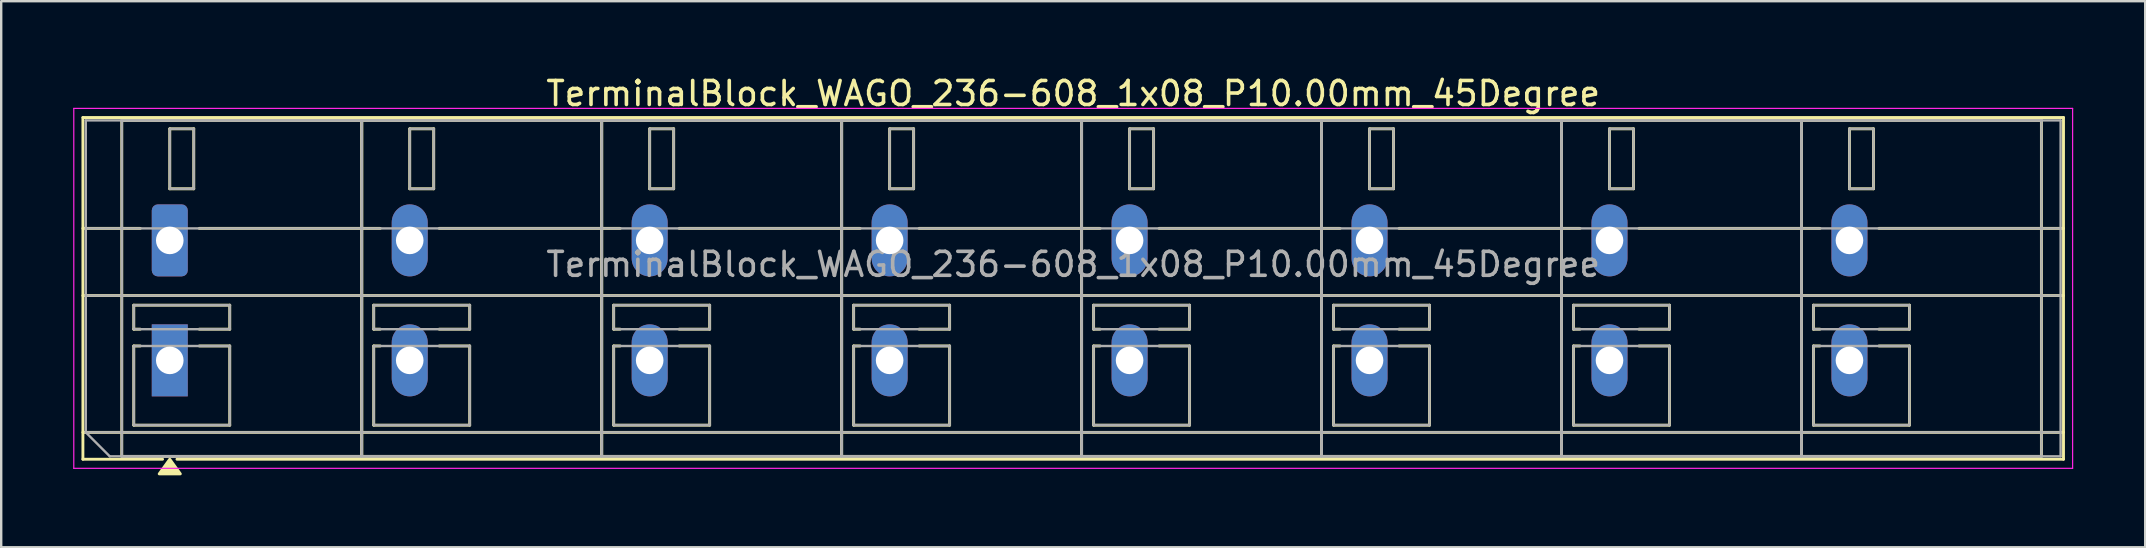
<source format=kicad_pcb>
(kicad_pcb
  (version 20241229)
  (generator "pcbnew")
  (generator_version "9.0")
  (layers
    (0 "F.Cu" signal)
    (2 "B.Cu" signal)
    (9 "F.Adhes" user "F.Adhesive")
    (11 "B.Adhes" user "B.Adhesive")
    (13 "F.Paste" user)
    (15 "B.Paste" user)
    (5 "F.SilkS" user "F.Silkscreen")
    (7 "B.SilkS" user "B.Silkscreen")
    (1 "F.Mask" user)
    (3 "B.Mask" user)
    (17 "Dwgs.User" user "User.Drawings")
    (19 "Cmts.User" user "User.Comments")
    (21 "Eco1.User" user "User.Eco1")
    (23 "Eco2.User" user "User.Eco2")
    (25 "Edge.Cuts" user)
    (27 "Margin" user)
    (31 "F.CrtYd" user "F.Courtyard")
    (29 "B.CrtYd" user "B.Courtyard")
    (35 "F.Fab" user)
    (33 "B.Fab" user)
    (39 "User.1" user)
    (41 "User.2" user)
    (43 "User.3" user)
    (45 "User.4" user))
  (footprint "TerminalBlock_WAGO_236-608_1x08_P10.00mm_45Degree"
    (layer "F.Cu")
    (at 4.025 6.968)
    (property "Reference" "TerminalBlock_WAGO_236-608_1x08_P10.00mm_45Degree" (at 37.65 -6.12 0) (layer "F.SilkS") (effects (font (size 1 1) (thickness 0.15))))
    (attr through_hole)
    (fp_line (start -3.62 -5.12) (end -3.62 9.12) (stroke (width 0.12) (type solid)) (layer "F.SilkS"))
    (fp_line (start -3.62 -5.12) (end 78.92 -5.12) (stroke (width 0.12) (type solid)) (layer "F.SilkS"))
    (fp_line (start -3.62 -0.5) (end -1.23 -0.5) (stroke (width 0.12) (type solid)) (layer "F.SilkS"))
    (fp_line (start -3.62 2.3) (end 78.92 2.3) (stroke (width 0.12) (type solid)) (layer "F.SilkS"))
    (fp_line (start -3.62 8) (end 78.92 8) (stroke (width 0.12) (type solid)) (layer "F.SilkS"))
    (fp_line (start -3.62 9.12) (end -0.3 9.12) (stroke (width 0.12) (type solid)) (layer "F.SilkS"))
    (fp_line (start -2 -5) (end -2 9) (stroke (width 0.12) (type solid)) (layer "F.SilkS"))
    (fp_line (start -2 -5) (end 8 -5) (stroke (width 0.12) (type solid)) (layer "F.SilkS"))
    (fp_line (start -2 9) (end 8 9) (stroke (width 0.12) (type solid)) (layer "F.SilkS"))
    (fp_line (start -1.5 2.7) (end -1.5 3.7) (stroke (width 0.12) (type solid)) (layer "F.SilkS"))
    (fp_line (start -1.5 2.7) (end 2.5 2.7) (stroke (width 0.12) (type solid)) (layer "F.SilkS"))
    (fp_line (start -1.5 3.7) (end -1.23 3.7) (stroke (width 0.12) (type solid)) (layer "F.SilkS"))
    (fp_line (start -1.5 4.4) (end -1.5 7.7) (stroke (width 0.12) (type solid)) (layer "F.SilkS"))
    (fp_line (start -1.5 4.4) (end -1.23 4.4) (stroke (width 0.12) (type solid)) (layer "F.SilkS"))
    (fp_line (start -1.5 7.7) (end 2.5 7.7) (stroke (width 0.12) (type solid)) (layer "F.SilkS"))
    (fp_line (start 0 -4.65) (end 0 -2.15) (stroke (width 0.12) (type solid)) (layer "F.SilkS"))
    (fp_line (start 0 -4.65) (end 1 -4.65) (stroke (width 0.12) (type solid)) (layer "F.SilkS"))
    (fp_line (start 0 -2.15) (end 1 -2.15) (stroke (width 0.12) (type solid)) (layer "F.SilkS"))
    (fp_line (start 0.3 9.12) (end 78.92 9.12) (stroke (width 0.12) (type solid)) (layer "F.SilkS"))
    (fp_line (start 1 -4.65) (end 1 -2.15) (stroke (width 0.12) (type solid)) (layer "F.SilkS"))
    (fp_line (start 1.23 -0.5) (end 8.77 -0.5) (stroke (width 0.12) (type solid)) (layer "F.SilkS"))
    (fp_line (start 1.23 3.7) (end 2.5 3.7) (stroke (width 0.12) (type solid)) (layer "F.SilkS"))
    (fp_line (start 1.23 4.4) (end 2.5 4.4) (stroke (width 0.12) (type solid)) (layer "F.SilkS"))
    (fp_line (start 2.5 2.7) (end 2.5 3.7) (stroke (width 0.12) (type solid)) (layer "F.SilkS"))
    (fp_line (start 2.5 4.4) (end 2.5 7.7) (stroke (width 0.12) (type solid)) (layer "F.SilkS"))
    (fp_line (start 8 -5) (end 8 9) (stroke (width 0.12) (type solid)) (layer "F.SilkS"))
    (fp_line (start 8 -5) (end 8 9) (stroke (width 0.12) (type solid)) (layer "F.SilkS"))
    (fp_line (start 8 -5) (end 18 -5) (stroke (width 0.12) (type solid)) (layer "F.SilkS"))
    (fp_line (start 8 9) (end 18 9) (stroke (width 0.12) (type solid)) (layer "F.SilkS"))
    (fp_line (start 8.5 2.7) (end 8.5 3.7) (stroke (width 0.12) (type solid)) (layer "F.SilkS"))
    (fp_line (start 8.5 2.7) (end 12.5 2.7) (stroke (width 0.12) (type solid)) (layer "F.SilkS"))
    (fp_line (start 8.5 3.7) (end 8.77 3.7) (stroke (width 0.12) (type solid)) (layer "F.SilkS"))
    (fp_line (start 8.5 4.4) (end 8.5 7.7) (stroke (width 0.12) (type solid)) (layer "F.SilkS"))
    (fp_line (start 8.5 4.4) (end 8.77 4.4) (stroke (width 0.12) (type solid)) (layer "F.SilkS"))
    (fp_line (start 8.5 7.7) (end 12.5 7.7) (stroke (width 0.12) (type solid)) (layer "F.SilkS"))
    (fp_line (start 10 -4.65) (end 10 -2.15) (stroke (width 0.12) (type solid)) (layer "F.SilkS"))
    (fp_line (start 10 -4.65) (end 11 -4.65) (stroke (width 0.12) (type solid)) (layer "F.SilkS"))
    (fp_line (start 10 -2.15) (end 11 -2.15) (stroke (width 0.12) (type solid)) (layer "F.SilkS"))
    (fp_line (start 11 -4.65) (end 11 -2.15) (stroke (width 0.12) (type solid)) (layer "F.SilkS"))
    (fp_line (start 11.23 -0.5) (end 18.77 -0.5) (stroke (width 0.12) (type solid)) (layer "F.SilkS"))
    (fp_line (start 11.23 3.7) (end 12.5 3.7) (stroke (width 0.12) (type solid)) (layer "F.SilkS"))
    (fp_line (start 11.23 4.4) (end 12.5 4.4) (stroke (width 0.12) (type solid)) (layer "F.SilkS"))
    (fp_line (start 12.5 2.7) (end 12.5 3.7) (stroke (width 0.12) (type solid)) (layer "F.SilkS"))
    (fp_line (start 12.5 4.4) (end 12.5 7.7) (stroke (width 0.12) (type solid)) (layer "F.SilkS"))
    (fp_line (start 18 -5) (end 18 9) (stroke (width 0.12) (type solid)) (layer "F.SilkS"))
    (fp_line (start 18 -5) (end 18 9) (stroke (width 0.12) (type solid)) (layer "F.SilkS"))
    (fp_line (start 18 -5) (end 28 -5) (stroke (width 0.12) (type solid)) (layer "F.SilkS"))
    (fp_line (start 18 9) (end 28 9) (stroke (width 0.12) (type solid)) (layer "F.SilkS"))
    (fp_line (start 18.5 2.7) (end 18.5 3.7) (stroke (width 0.12) (type solid)) (layer "F.SilkS"))
    (fp_line (start 18.5 2.7) (end 22.5 2.7) (stroke (width 0.12) (type solid)) (layer "F.SilkS"))
    (fp_line (start 18.5 3.7) (end 18.77 3.7) (stroke (width 0.12) (type solid)) (layer "F.SilkS"))
    (fp_line (start 18.5 4.4) (end 18.5 7.7) (stroke (width 0.12) (type solid)) (layer "F.SilkS"))
    (fp_line (start 18.5 4.4) (end 18.77 4.4) (stroke (width 0.12) (type solid)) (layer "F.SilkS"))
    (fp_line (start 18.5 7.7) (end 22.5 7.7) (stroke (width 0.12) (type solid)) (layer "F.SilkS"))
    (fp_line (start 20 -4.65) (end 20 -2.15) (stroke (width 0.12) (type solid)) (layer "F.SilkS"))
    (fp_line (start 20 -4.65) (end 21 -4.65) (stroke (width 0.12) (type solid)) (layer "F.SilkS"))
    (fp_line (start 20 -2.15) (end 21 -2.15) (stroke (width 0.12) (type solid)) (layer "F.SilkS"))
    (fp_line (start 21 -4.65) (end 21 -2.15) (stroke (width 0.12) (type solid)) (layer "F.SilkS"))
    (fp_line (start 21.23 -0.5) (end 28.77 -0.5) (stroke (width 0.12) (type solid)) (layer "F.SilkS"))
    (fp_line (start 21.23 3.7) (end 22.5 3.7) (stroke (width 0.12) (type solid)) (layer "F.SilkS"))
    (fp_line (start 21.23 4.4) (end 22.5 4.4) (stroke (width 0.12) (type solid)) (layer "F.SilkS"))
    (fp_line (start 22.5 2.7) (end 22.5 3.7) (stroke (width 0.12) (type solid)) (layer "F.SilkS"))
    (fp_line (start 22.5 4.4) (end 22.5 7.7) (stroke (width 0.12) (type solid)) (layer "F.SilkS"))
    (fp_line (start 28 -5) (end 28 9) (stroke (width 0.12) (type solid)) (layer "F.SilkS"))
    (fp_line (start 28 -5) (end 28 9) (stroke (width 0.12) (type solid)) (layer "F.SilkS"))
    (fp_line (start 28 -5) (end 38 -5) (stroke (width 0.12) (type solid)) (layer "F.SilkS"))
    (fp_line (start 28 9) (end 38 9) (stroke (width 0.12) (type solid)) (layer "F.SilkS"))
    (fp_line (start 28.5 2.7) (end 28.5 3.7) (stroke (width 0.12) (type solid)) (layer "F.SilkS"))
    (fp_line (start 28.5 2.7) (end 32.5 2.7) (stroke (width 0.12) (type solid)) (layer "F.SilkS"))
    (fp_line (start 28.5 3.7) (end 28.77 3.7) (stroke (width 0.12) (type solid)) (layer "F.SilkS"))
    (fp_line (start 28.5 4.4) (end 28.5 7.7) (stroke (width 0.12) (type solid)) (layer "F.SilkS"))
    (fp_line (start 28.5 4.4) (end 28.77 4.4) (stroke (width 0.12) (type solid)) (layer "F.SilkS"))
    (fp_line (start 28.5 7.7) (end 32.5 7.7) (stroke (width 0.12) (type solid)) (layer "F.SilkS"))
    (fp_line (start 30 -4.65) (end 30 -2.15) (stroke (width 0.12) (type solid)) (layer "F.SilkS"))
    (fp_line (start 30 -4.65) (end 31 -4.65) (stroke (width 0.12) (type solid)) (layer "F.SilkS"))
    (fp_line (start 30 -2.15) (end 31 -2.15) (stroke (width 0.12) (type solid)) (layer "F.SilkS"))
    (fp_line (start 31 -4.65) (end 31 -2.15) (stroke (width 0.12) (type solid)) (layer "F.SilkS"))
    (fp_line (start 31.23 -0.5) (end 38.77 -0.5) (stroke (width 0.12) (type solid)) (layer "F.SilkS"))
    (fp_line (start 31.23 3.7) (end 32.5 3.7) (stroke (width 0.12) (type solid)) (layer "F.SilkS"))
    (fp_line (start 31.23 4.4) (end 32.5 4.4) (stroke (width 0.12) (type solid)) (layer "F.SilkS"))
    (fp_line (start 32.5 2.7) (end 32.5 3.7) (stroke (width 0.12) (type solid)) (layer "F.SilkS"))
    (fp_line (start 32.5 4.4) (end 32.5 7.7) (stroke (width 0.12) (type solid)) (layer "F.SilkS"))
    (fp_line (start 38 -5) (end 38 9) (stroke (width 0.12) (type solid)) (layer "F.SilkS"))
    (fp_line (start 38 -5) (end 38 9) (stroke (width 0.12) (type solid)) (layer "F.SilkS"))
    (fp_line (start 38 -5) (end 48 -5) (stroke (width 0.12) (type solid)) (layer "F.SilkS"))
    (fp_line (start 38 9) (end 48 9) (stroke (width 0.12) (type solid)) (layer "F.SilkS"))
    (fp_line (start 38.5 2.7) (end 38.5 3.7) (stroke (width 0.12) (type solid)) (layer "F.SilkS"))
    (fp_line (start 38.5 2.7) (end 42.5 2.7) (stroke (width 0.12) (type solid)) (layer "F.SilkS"))
    (fp_line (start 38.5 3.7) (end 38.77 3.7) (stroke (width 0.12) (type solid)) (layer "F.SilkS"))
    (fp_line (start 38.5 4.4) (end 38.5 7.7) (stroke (width 0.12) (type solid)) (layer "F.SilkS"))
    (fp_line (start 38.5 4.4) (end 38.77 4.4) (stroke (width 0.12) (type solid)) (layer "F.SilkS"))
    (fp_line (start 38.5 7.7) (end 42.5 7.7) (stroke (width 0.12) (type solid)) (layer "F.SilkS"))
    (fp_line (start 40 -4.65) (end 40 -2.15) (stroke (width 0.12) (type solid)) (layer "F.SilkS"))
    (fp_line (start 40 -4.65) (end 41 -4.65) (stroke (width 0.12) (type solid)) (layer "F.SilkS"))
    (fp_line (start 40 -2.15) (end 41 -2.15) (stroke (width 0.12) (type solid)) (layer "F.SilkS"))
    (fp_line (start 41 -4.65) (end 41 -2.15) (stroke (width 0.12) (type solid)) (layer "F.SilkS"))
    (fp_line (start 41.23 -0.5) (end 48.77 -0.5) (stroke (width 0.12) (type solid)) (layer "F.SilkS"))
    (fp_line (start 41.23 3.7) (end 42.5 3.7) (stroke (width 0.12) (type solid)) (layer "F.SilkS"))
    (fp_line (start 41.23 4.4) (end 42.5 4.4) (stroke (width 0.12) (type solid)) (layer "F.SilkS"))
    (fp_line (start 42.5 2.7) (end 42.5 3.7) (stroke (width 0.12) (type solid)) (layer "F.SilkS"))
    (fp_line (start 42.5 4.4) (end 42.5 7.7) (stroke (width 0.12) (type solid)) (layer "F.SilkS"))
    (fp_line (start 48 -5) (end 48 9) (stroke (width 0.12) (type solid)) (layer "F.SilkS"))
    (fp_line (start 48 -5) (end 48 9) (stroke (width 0.12) (type solid)) (layer "F.SilkS"))
    (fp_line (start 48 -5) (end 58 -5) (stroke (width 0.12) (type solid)) (layer "F.SilkS"))
    (fp_line (start 48 9) (end 58 9) (stroke (width 0.12) (type solid)) (layer "F.SilkS"))
    (fp_line (start 48.5 2.7) (end 48.5 3.7) (stroke (width 0.12) (type solid)) (layer "F.SilkS"))
    (fp_line (start 48.5 2.7) (end 52.5 2.7) (stroke (width 0.12) (type solid)) (layer "F.SilkS"))
    (fp_line (start 48.5 3.7) (end 48.77 3.7) (stroke (width 0.12) (type solid)) (layer "F.SilkS"))
    (fp_line (start 48.5 4.4) (end 48.5 7.7) (stroke (width 0.12) (type solid)) (layer "F.SilkS"))
    (fp_line (start 48.5 4.4) (end 48.77 4.4) (stroke (width 0.12) (type solid)) (layer "F.SilkS"))
    (fp_line (start 48.5 7.7) (end 52.5 7.7) (stroke (width 0.12) (type solid)) (layer "F.SilkS"))
    (fp_line (start 50 -4.65) (end 50 -2.15) (stroke (width 0.12) (type solid)) (layer "F.SilkS"))
    (fp_line (start 50 -4.65) (end 51 -4.65) (stroke (width 0.12) (type solid)) (layer "F.SilkS"))
    (fp_line (start 50 -2.15) (end 51 -2.15) (stroke (width 0.12) (type solid)) (layer "F.SilkS"))
    (fp_line (start 51 -4.65) (end 51 -2.15) (stroke (width 0.12) (type solid)) (layer "F.SilkS"))
    (fp_line (start 51.23 -0.5) (end 58.77 -0.5) (stroke (width 0.12) (type solid)) (layer "F.SilkS"))
    (fp_line (start 51.23 3.7) (end 52.5 3.7) (stroke (width 0.12) (type solid)) (layer "F.SilkS"))
    (fp_line (start 51.23 4.4) (end 52.5 4.4) (stroke (width 0.12) (type solid)) (layer "F.SilkS"))
    (fp_line (start 52.5 2.7) (end 52.5 3.7) (stroke (width 0.12) (type solid)) (layer "F.SilkS"))
    (fp_line (start 52.5 4.4) (end 52.5 7.7) (stroke (width 0.12) (type solid)) (layer "F.SilkS"))
    (fp_line (start 58 -5) (end 58 9) (stroke (width 0.12) (type solid)) (layer "F.SilkS"))
    (fp_line (start 58 -5) (end 58 9) (stroke (width 0.12) (type solid)) (layer "F.SilkS"))
    (fp_line (start 58 -5) (end 68 -5) (stroke (width 0.12) (type solid)) (layer "F.SilkS"))
    (fp_line (start 58 9) (end 68 9) (stroke (width 0.12) (type solid)) (layer "F.SilkS"))
    (fp_line (start 58.5 2.7) (end 58.5 3.7) (stroke (width 0.12) (type solid)) (layer "F.SilkS"))
    (fp_line (start 58.5 2.7) (end 62.5 2.7) (stroke (width 0.12) (type solid)) (layer "F.SilkS"))
    (fp_line (start 58.5 3.7) (end 58.77 3.7) (stroke (width 0.12) (type solid)) (layer "F.SilkS"))
    (fp_line (start 58.5 4.4) (end 58.5 7.7) (stroke (width 0.12) (type solid)) (layer "F.SilkS"))
    (fp_line (start 58.5 4.4) (end 58.77 4.4) (stroke (width 0.12) (type solid)) (layer "F.SilkS"))
    (fp_line (start 58.5 7.7) (end 62.5 7.7) (stroke (width 0.12) (type solid)) (layer "F.SilkS"))
    (fp_line (start 60 -4.65) (end 60 -2.15) (stroke (width 0.12) (type solid)) (layer "F.SilkS"))
    (fp_line (start 60 -4.65) (end 61 -4.65) (stroke (width 0.12) (type solid)) (layer "F.SilkS"))
    (fp_line (start 60 -2.15) (end 61 -2.15) (stroke (width 0.12) (type solid)) (layer "F.SilkS"))
    (fp_line (start 61 -4.65) (end 61 -2.15) (stroke (width 0.12) (type solid)) (layer "F.SilkS"))
    (fp_line (start 61.23 -0.5) (end 68.77 -0.5) (stroke (width 0.12) (type solid)) (layer "F.SilkS"))
    (fp_line (start 61.23 3.7) (end 62.5 3.7) (stroke (width 0.12) (type solid)) (layer "F.SilkS"))
    (fp_line (start 61.23 4.4) (end 62.5 4.4) (stroke (width 0.12) (type solid)) (layer "F.SilkS"))
    (fp_line (start 62.5 2.7) (end 62.5 3.7) (stroke (width 0.12) (type solid)) (layer "F.SilkS"))
    (fp_line (start 62.5 4.4) (end 62.5 7.7) (stroke (width 0.12) (type solid)) (layer "F.SilkS"))
    (fp_line (start 68 -5) (end 68 9) (stroke (width 0.12) (type solid)) (layer "F.SilkS"))
    (fp_line (start 68 -5) (end 68 9) (stroke (width 0.12) (type solid)) (layer "F.SilkS"))
    (fp_line (start 68 -5) (end 78 -5) (stroke (width 0.12) (type solid)) (layer "F.SilkS"))
    (fp_line (start 68 9) (end 78 9) (stroke (width 0.12) (type solid)) (layer "F.SilkS"))
    (fp_line (start 68.5 2.7) (end 68.5 3.7) (stroke (width 0.12) (type solid)) (layer "F.SilkS"))
    (fp_line (start 68.5 2.7) (end 72.5 2.7) (stroke (width 0.12) (type solid)) (layer "F.SilkS"))
    (fp_line (start 68.5 3.7) (end 68.77 3.7) (stroke (width 0.12) (type solid)) (layer "F.SilkS"))
    (fp_line (start 68.5 4.4) (end 68.5 7.7) (stroke (width 0.12) (type solid)) (layer "F.SilkS"))
    (fp_line (start 68.5 4.4) (end 68.77 4.4) (stroke (width 0.12) (type solid)) (layer "F.SilkS"))
    (fp_line (start 68.5 7.7) (end 72.5 7.7) (stroke (width 0.12) (type solid)) (layer "F.SilkS"))
    (fp_line (start 70 -4.65) (end 70 -2.15) (stroke (width 0.12) (type solid)) (layer "F.SilkS"))
    (fp_line (start 70 -4.65) (end 71 -4.65) (stroke (width 0.12) (type solid)) (layer "F.SilkS"))
    (fp_line (start 70 -2.15) (end 71 -2.15) (stroke (width 0.12) (type solid)) (layer "F.SilkS"))
    (fp_line (start 71 -4.65) (end 71 -2.15) (stroke (width 0.12) (type solid)) (layer "F.SilkS"))
    (fp_line (start 71.23 -0.5) (end 78.92 -0.5) (stroke (width 0.12) (type solid)) (layer "F.SilkS"))
    (fp_line (start 71.23 3.7) (end 72.5 3.7) (stroke (width 0.12) (type solid)) (layer "F.SilkS"))
    (fp_line (start 71.23 4.4) (end 72.5 4.4) (stroke (width 0.12) (type solid)) (layer "F.SilkS"))
    (fp_line (start 72.5 2.7) (end 72.5 3.7) (stroke (width 0.12) (type solid)) (layer "F.SilkS"))
    (fp_line (start 72.5 4.4) (end 72.5 7.7) (stroke (width 0.12) (type solid)) (layer "F.SilkS"))
    (fp_line (start 78 -5) (end 78 9) (stroke (width 0.12) (type solid)) (layer "F.SilkS"))
    (fp_line (start 78.92 -5.12) (end 78.92 9.12) (stroke (width 0.12) (type solid)) (layer "F.SilkS"))
    (fp_poly (pts (xy 0 9.12) (xy 0.44 9.73) (xy -0.44 9.73)) (stroke (width 0.12) (type solid)) (fill yes) (layer "F.SilkS"))
    (fp_line (start -4 -5.5) (end -4 9.5) (stroke (width 0.05) (type solid)) (layer "F.CrtYd"))
    (fp_line (start -4 9.5) (end 79.3 9.5) (stroke (width 0.05) (type solid)) (layer "F.CrtYd"))
    (fp_line (start 79.3 -5.5) (end -4 -5.5) (stroke (width 0.05) (type solid)) (layer "F.CrtYd"))
    (fp_line (start 79.3 9.5) (end 79.3 -5.5) (stroke (width 0.05) (type solid)) (layer "F.CrtYd"))
    (fp_line (start -3.5 -5) (end 78.8 -5) (stroke (width 0.1) (type solid)) (layer "F.Fab"))
    (fp_line (start -3.5 -0.5) (end 78.8 -0.5) (stroke (width 0.1) (type solid)) (layer "F.Fab"))
    (fp_line (start -3.5 2.3) (end 78.8 2.3) (stroke (width 0.1) (type solid)) (layer "F.Fab"))
    (fp_line (start -3.5 8) (end -3.5 -5) (stroke (width 0.1) (type solid)) (layer "F.Fab"))
    (fp_line (start -3.5 8) (end 78.8 8) (stroke (width 0.1) (type solid)) (layer "F.Fab"))
    (fp_line (start -2.5 9) (end -3.5 8) (stroke (width 0.1) (type solid)) (layer "F.Fab"))
    (fp_line (start -2 -5) (end -2 9) (stroke (width 0.1) (type solid)) (layer "F.Fab"))
    (fp_line (start -2 9) (end 8 9) (stroke (width 0.1) (type solid)) (layer "F.Fab"))
    (fp_line (start -1.5 2.7) (end -1.5 3.7) (stroke (width 0.1) (type solid)) (layer "F.Fab"))
    (fp_line (start -1.5 3.7) (end 2.5 3.7) (stroke (width 0.1) (type solid)) (layer "F.Fab"))
    (fp_line (start -1.5 4.4) (end -1.5 7.7) (stroke (width 0.1) (type solid)) (layer "F.Fab"))
    (fp_line (start -1.5 7.7) (end 2.5 7.7) (stroke (width 0.1) (type solid)) (layer "F.Fab"))
    (fp_line (start 0 -4.65) (end 0 -2.15) (stroke (width 0.1) (type solid)) (layer "F.Fab"))
    (fp_line (start 0 -2.15) (end 1 -2.15) (stroke (width 0.1) (type solid)) (layer "F.Fab"))
    (fp_line (start 1 -4.65) (end 0 -4.65) (stroke (width 0.1) (type solid)) (layer "F.Fab"))
    (fp_line (start 1 -2.15) (end 1 -4.65) (stroke (width 0.1) (type solid)) (layer "F.Fab"))
    (fp_line (start 2.5 2.7) (end -1.5 2.7) (stroke (width 0.1) (type solid)) (layer "F.Fab"))
    (fp_line (start 2.5 3.7) (end 2.5 2.7) (stroke (width 0.1) (type solid)) (layer "F.Fab"))
    (fp_line (start 2.5 4.4) (end -1.5 4.4) (stroke (width 0.1) (type solid)) (layer "F.Fab"))
    (fp_line (start 2.5 7.7) (end 2.5 4.4) (stroke (width 0.1) (type solid)) (layer "F.Fab"))
    (fp_line (start 8 -5) (end -2 -5) (stroke (width 0.1) (type solid)) (layer "F.Fab"))
    (fp_line (start 8 -5) (end 8 9) (stroke (width 0.1) (type solid)) (layer "F.Fab"))
    (fp_line (start 8 9) (end 8 -5) (stroke (width 0.1) (type solid)) (layer "F.Fab"))
    (fp_line (start 8 9) (end 18 9) (stroke (width 0.1) (type solid)) (layer "F.Fab"))
    (fp_line (start 8.5 2.7) (end 8.5 3.7) (stroke (width 0.1) (type solid)) (layer "F.Fab"))
    (fp_line (start 8.5 3.7) (end 12.5 3.7) (stroke (width 0.1) (type solid)) (layer "F.Fab"))
    (fp_line (start 8.5 4.4) (end 8.5 7.7) (stroke (width 0.1) (type solid)) (layer "F.Fab"))
    (fp_line (start 8.5 7.7) (end 12.5 7.7) (stroke (width 0.1) (type solid)) (layer "F.Fab"))
    (fp_line (start 10 -4.65) (end 10 -2.15) (stroke (width 0.1) (type solid)) (layer "F.Fab"))
    (fp_line (start 10 -2.15) (end 11 -2.15) (stroke (width 0.1) (type solid)) (layer "F.Fab"))
    (fp_line (start 11 -4.65) (end 10 -4.65) (stroke (width 0.1) (type solid)) (layer "F.Fab"))
    (fp_line (start 11 -2.15) (end 11 -4.65) (stroke (width 0.1) (type solid)) (layer "F.Fab"))
    (fp_line (start 12.5 2.7) (end 8.5 2.7) (stroke (width 0.1) (type solid)) (layer "F.Fab"))
    (fp_line (start 12.5 3.7) (end 12.5 2.7) (stroke (width 0.1) (type solid)) (layer "F.Fab"))
    (fp_line (start 12.5 4.4) (end 8.5 4.4) (stroke (width 0.1) (type solid)) (layer "F.Fab"))
    (fp_line (start 12.5 7.7) (end 12.5 4.4) (stroke (width 0.1) (type solid)) (layer "F.Fab"))
    (fp_line (start 18 -5) (end 8 -5) (stroke (width 0.1) (type solid)) (layer "F.Fab"))
    (fp_line (start 18 -5) (end 18 9) (stroke (width 0.1) (type solid)) (layer "F.Fab"))
    (fp_line (start 18 9) (end 18 -5) (stroke (width 0.1) (type solid)) (layer "F.Fab"))
    (fp_line (start 18 9) (end 28 9) (stroke (width 0.1) (type solid)) (layer "F.Fab"))
    (fp_line (start 18.5 2.7) (end 18.5 3.7) (stroke (width 0.1) (type solid)) (layer "F.Fab"))
    (fp_line (start 18.5 3.7) (end 22.5 3.7) (stroke (width 0.1) (type solid)) (layer "F.Fab"))
    (fp_line (start 18.5 4.4) (end 18.5 7.7) (stroke (width 0.1) (type solid)) (layer "F.Fab"))
    (fp_line (start 18.5 7.7) (end 22.5 7.7) (stroke (width 0.1) (type solid)) (layer "F.Fab"))
    (fp_line (start 20 -4.65) (end 20 -2.15) (stroke (width 0.1) (type solid)) (layer "F.Fab"))
    (fp_line (start 20 -2.15) (end 21 -2.15) (stroke (width 0.1) (type solid)) (layer "F.Fab"))
    (fp_line (start 21 -4.65) (end 20 -4.65) (stroke (width 0.1) (type solid)) (layer "F.Fab"))
    (fp_line (start 21 -2.15) (end 21 -4.65) (stroke (width 0.1) (type solid)) (layer "F.Fab"))
    (fp_line (start 22.5 2.7) (end 18.5 2.7) (stroke (width 0.1) (type solid)) (layer "F.Fab"))
    (fp_line (start 22.5 3.7) (end 22.5 2.7) (stroke (width 0.1) (type solid)) (layer "F.Fab"))
    (fp_line (start 22.5 4.4) (end 18.5 4.4) (stroke (width 0.1) (type solid)) (layer "F.Fab"))
    (fp_line (start 22.5 7.7) (end 22.5 4.4) (stroke (width 0.1) (type solid)) (layer "F.Fab"))
    (fp_line (start 28 -5) (end 18 -5) (stroke (width 0.1) (type solid)) (layer "F.Fab"))
    (fp_line (start 28 -5) (end 28 9) (stroke (width 0.1) (type solid)) (layer "F.Fab"))
    (fp_line (start 28 9) (end 28 -5) (stroke (width 0.1) (type solid)) (layer "F.Fab"))
    (fp_line (start 28 9) (end 38 9) (stroke (width 0.1) (type solid)) (layer "F.Fab"))
    (fp_line (start 28.5 2.7) (end 28.5 3.7) (stroke (width 0.1) (type solid)) (layer "F.Fab"))
    (fp_line (start 28.5 3.7) (end 32.5 3.7) (stroke (width 0.1) (type solid)) (layer "F.Fab"))
    (fp_line (start 28.5 4.4) (end 28.5 7.7) (stroke (width 0.1) (type solid)) (layer "F.Fab"))
    (fp_line (start 28.5 7.7) (end 32.5 7.7) (stroke (width 0.1) (type solid)) (layer "F.Fab"))
    (fp_line (start 30 -4.65) (end 30 -2.15) (stroke (width 0.1) (type solid)) (layer "F.Fab"))
    (fp_line (start 30 -2.15) (end 31 -2.15) (stroke (width 0.1) (type solid)) (layer "F.Fab"))
    (fp_line (start 31 -4.65) (end 30 -4.65) (stroke (width 0.1) (type solid)) (layer "F.Fab"))
    (fp_line (start 31 -2.15) (end 31 -4.65) (stroke (width 0.1) (type solid)) (layer "F.Fab"))
    (fp_line (start 32.5 2.7) (end 28.5 2.7) (stroke (width 0.1) (type solid)) (layer "F.Fab"))
    (fp_line (start 32.5 3.7) (end 32.5 2.7) (stroke (width 0.1) (type solid)) (layer "F.Fab"))
    (fp_line (start 32.5 4.4) (end 28.5 4.4) (stroke (width 0.1) (type solid)) (layer "F.Fab"))
    (fp_line (start 32.5 7.7) (end 32.5 4.4) (stroke (width 0.1) (type solid)) (layer "F.Fab"))
    (fp_line (start 38 -5) (end 28 -5) (stroke (width 0.1) (type solid)) (layer "F.Fab"))
    (fp_line (start 38 -5) (end 38 9) (stroke (width 0.1) (type solid)) (layer "F.Fab"))
    (fp_line (start 38 9) (end 38 -5) (stroke (width 0.1) (type solid)) (layer "F.Fab"))
    (fp_line (start 38 9) (end 48 9) (stroke (width 0.1) (type solid)) (layer "F.Fab"))
    (fp_line (start 38.5 2.7) (end 38.5 3.7) (stroke (width 0.1) (type solid)) (layer "F.Fab"))
    (fp_line (start 38.5 3.7) (end 42.5 3.7) (stroke (width 0.1) (type solid)) (layer "F.Fab"))
    (fp_line (start 38.5 4.4) (end 38.5 7.7) (stroke (width 0.1) (type solid)) (layer "F.Fab"))
    (fp_line (start 38.5 7.7) (end 42.5 7.7) (stroke (width 0.1) (type solid)) (layer "F.Fab"))
    (fp_line (start 40 -4.65) (end 40 -2.15) (stroke (width 0.1) (type solid)) (layer "F.Fab"))
    (fp_line (start 40 -2.15) (end 41 -2.15) (stroke (width 0.1) (type solid)) (layer "F.Fab"))
    (fp_line (start 41 -4.65) (end 40 -4.65) (stroke (width 0.1) (type solid)) (layer "F.Fab"))
    (fp_line (start 41 -2.15) (end 41 -4.65) (stroke (width 0.1) (type solid)) (layer "F.Fab"))
    (fp_line (start 42.5 2.7) (end 38.5 2.7) (stroke (width 0.1) (type solid)) (layer "F.Fab"))
    (fp_line (start 42.5 3.7) (end 42.5 2.7) (stroke (width 0.1) (type solid)) (layer "F.Fab"))
    (fp_line (start 42.5 4.4) (end 38.5 4.4) (stroke (width 0.1) (type solid)) (layer "F.Fab"))
    (fp_line (start 42.5 7.7) (end 42.5 4.4) (stroke (width 0.1) (type solid)) (layer "F.Fab"))
    (fp_line (start 48 -5) (end 38 -5) (stroke (width 0.1) (type solid)) (layer "F.Fab"))
    (fp_line (start 48 -5) (end 48 9) (stroke (width 0.1) (type solid)) (layer "F.Fab"))
    (fp_line (start 48 9) (end 48 -5) (stroke (width 0.1) (type solid)) (layer "F.Fab"))
    (fp_line (start 48 9) (end 58 9) (stroke (width 0.1) (type solid)) (layer "F.Fab"))
    (fp_line (start 48.5 2.7) (end 48.5 3.7) (stroke (width 0.1) (type solid)) (layer "F.Fab"))
    (fp_line (start 48.5 3.7) (end 52.5 3.7) (stroke (width 0.1) (type solid)) (layer "F.Fab"))
    (fp_line (start 48.5 4.4) (end 48.5 7.7) (stroke (width 0.1) (type solid)) (layer "F.Fab"))
    (fp_line (start 48.5 7.7) (end 52.5 7.7) (stroke (width 0.1) (type solid)) (layer "F.Fab"))
    (fp_line (start 50 -4.65) (end 50 -2.15) (stroke (width 0.1) (type solid)) (layer "F.Fab"))
    (fp_line (start 50 -2.15) (end 51 -2.15) (stroke (width 0.1) (type solid)) (layer "F.Fab"))
    (fp_line (start 51 -4.65) (end 50 -4.65) (stroke (width 0.1) (type solid)) (layer "F.Fab"))
    (fp_line (start 51 -2.15) (end 51 -4.65) (stroke (width 0.1) (type solid)) (layer "F.Fab"))
    (fp_line (start 52.5 2.7) (end 48.5 2.7) (stroke (width 0.1) (type solid)) (layer "F.Fab"))
    (fp_line (start 52.5 3.7) (end 52.5 2.7) (stroke (width 0.1) (type solid)) (layer "F.Fab"))
    (fp_line (start 52.5 4.4) (end 48.5 4.4) (stroke (width 0.1) (type solid)) (layer "F.Fab"))
    (fp_line (start 52.5 7.7) (end 52.5 4.4) (stroke (width 0.1) (type solid)) (layer "F.Fab"))
    (fp_line (start 58 -5) (end 48 -5) (stroke (width 0.1) (type solid)) (layer "F.Fab"))
    (fp_line (start 58 -5) (end 58 9) (stroke (width 0.1) (type solid)) (layer "F.Fab"))
    (fp_line (start 58 9) (end 58 -5) (stroke (width 0.1) (type solid)) (layer "F.Fab"))
    (fp_line (start 58 9) (end 68 9) (stroke (width 0.1) (type solid)) (layer "F.Fab"))
    (fp_line (start 58.5 2.7) (end 58.5 3.7) (stroke (width 0.1) (type solid)) (layer "F.Fab"))
    (fp_line (start 58.5 3.7) (end 62.5 3.7) (stroke (width 0.1) (type solid)) (layer "F.Fab"))
    (fp_line (start 58.5 4.4) (end 58.5 7.7) (stroke (width 0.1) (type solid)) (layer "F.Fab"))
    (fp_line (start 58.5 7.7) (end 62.5 7.7) (stroke (width 0.1) (type solid)) (layer "F.Fab"))
    (fp_line (start 60 -4.65) (end 60 -2.15) (stroke (width 0.1) (type solid)) (layer "F.Fab"))
    (fp_line (start 60 -2.15) (end 61 -2.15) (stroke (width 0.1) (type solid)) (layer "F.Fab"))
    (fp_line (start 61 -4.65) (end 60 -4.65) (stroke (width 0.1) (type solid)) (layer "F.Fab"))
    (fp_line (start 61 -2.15) (end 61 -4.65) (stroke (width 0.1) (type solid)) (layer "F.Fab"))
    (fp_line (start 62.5 2.7) (end 58.5 2.7) (stroke (width 0.1) (type solid)) (layer "F.Fab"))
    (fp_line (start 62.5 3.7) (end 62.5 2.7) (stroke (width 0.1) (type solid)) (layer "F.Fab"))
    (fp_line (start 62.5 4.4) (end 58.5 4.4) (stroke (width 0.1) (type solid)) (layer "F.Fab"))
    (fp_line (start 62.5 7.7) (end 62.5 4.4) (stroke (width 0.1) (type solid)) (layer "F.Fab"))
    (fp_line (start 68 -5) (end 58 -5) (stroke (width 0.1) (type solid)) (layer "F.Fab"))
    (fp_line (start 68 -5) (end 68 9) (stroke (width 0.1) (type solid)) (layer "F.Fab"))
    (fp_line (start 68 9) (end 68 -5) (stroke (width 0.1) (type solid)) (layer "F.Fab"))
    (fp_line (start 68 9) (end 78 9) (stroke (width 0.1) (type solid)) (layer "F.Fab"))
    (fp_line (start 68.5 2.7) (end 68.5 3.7) (stroke (width 0.1) (type solid)) (layer "F.Fab"))
    (fp_line (start 68.5 3.7) (end 72.5 3.7) (stroke (width 0.1) (type solid)) (layer "F.Fab"))
    (fp_line (start 68.5 4.4) (end 68.5 7.7) (stroke (width 0.1) (type solid)) (layer "F.Fab"))
    (fp_line (start 68.5 7.7) (end 72.5 7.7) (stroke (width 0.1) (type solid)) (layer "F.Fab"))
    (fp_line (start 70 -4.65) (end 70 -2.15) (stroke (width 0.1) (type solid)) (layer "F.Fab"))
    (fp_line (start 70 -2.15) (end 71 -2.15) (stroke (width 0.1) (type solid)) (layer "F.Fab"))
    (fp_line (start 71 -4.65) (end 70 -4.65) (stroke (width 0.1) (type solid)) (layer "F.Fab"))
    (fp_line (start 71 -2.15) (end 71 -4.65) (stroke (width 0.1) (type solid)) (layer "F.Fab"))
    (fp_line (start 72.5 2.7) (end 68.5 2.7) (stroke (width 0.1) (type solid)) (layer "F.Fab"))
    (fp_line (start 72.5 3.7) (end 72.5 2.7) (stroke (width 0.1) (type solid)) (layer "F.Fab"))
    (fp_line (start 72.5 4.4) (end 68.5 4.4) (stroke (width 0.1) (type solid)) (layer "F.Fab"))
    (fp_line (start 72.5 7.7) (end 72.5 4.4) (stroke (width 0.1) (type solid)) (layer "F.Fab"))
    (fp_line (start 78 -5) (end 68 -5) (stroke (width 0.1) (type solid)) (layer "F.Fab"))
    (fp_line (start 78 9) (end 78 -5) (stroke (width 0.1) (type solid)) (layer "F.Fab"))
    (fp_line (start 78.8 -5) (end 78.8 9) (stroke (width 0.1) (type solid)) (layer "F.Fab"))
    (fp_line (start 78.8 9) (end -2.5 9) (stroke (width 0.1) (type solid)) (layer "F.Fab"))
    (fp_text user "${REFERENCE}" (at 37.65 1 0) (layer "F.Fab") (effects (font (size 1 1) (thickness 0.15))))
    (pad "1" thru_hole roundrect (at 0 0) (size 1.5 3) (drill 1.15) (layers "*.Cu" "*.Mask") (roundrect_rratio 0.167))
    (pad "1" thru_hole rect (at 0 5) (size 1.5 3) (drill 1.15) (layers "*.Cu" "*.Mask"))
    (pad "2" thru_hole oval (at 10 0) (size 1.5 3) (drill 1.15) (layers "*.Cu" "*.Mask"))
    (pad "2" thru_hole oval (at 10 5) (size 1.5 3) (drill 1.15) (layers "*.Cu" "*.Mask"))
    (pad "3" thru_hole oval (at 20 0) (size 1.5 3) (drill 1.15) (layers "*.Cu" "*.Mask"))
    (pad "3" thru_hole oval (at 20 5) (size 1.5 3) (drill 1.15) (layers "*.Cu" "*.Mask"))
    (pad "4" thru_hole oval (at 30 0) (size 1.5 3) (drill 1.15) (layers "*.Cu" "*.Mask"))
    (pad "4" thru_hole oval (at 30 5) (size 1.5 3) (drill 1.15) (layers "*.Cu" "*.Mask"))
    (pad "5" thru_hole oval (at 40 0) (size 1.5 3) (drill 1.15) (layers "*.Cu" "*.Mask"))
    (pad "5" thru_hole oval (at 40 5) (size 1.5 3) (drill 1.15) (layers "*.Cu" "*.Mask"))
    (pad "6" thru_hole oval (at 50 0) (size 1.5 3) (drill 1.15) (layers "*.Cu" "*.Mask"))
    (pad "6" thru_hole oval (at 50 5) (size 1.5 3) (drill 1.15) (layers "*.Cu" "*.Mask"))
    (pad "7" thru_hole oval (at 60 0) (size 1.5 3) (drill 1.15) (layers "*.Cu" "*.Mask"))
    (pad "7" thru_hole oval (at 60 5) (size 1.5 3) (drill 1.15) (layers "*.Cu" "*.Mask"))
    (pad "8" thru_hole oval (at 70 0) (size 1.5 3) (drill 1.15) (layers "*.Cu" "*.Mask"))
    (pad "8" thru_hole oval (at 70 5) (size 1.5 3) (drill 1.15) (layers "*.Cu" "*.Mask")))
  (gr_rect
    (start -3 -3)
    (end 86.35 19.758)
    (stroke (width 0.1) (type default))
    (fill no)
    (layer "Edge.Cuts")))
</source>
